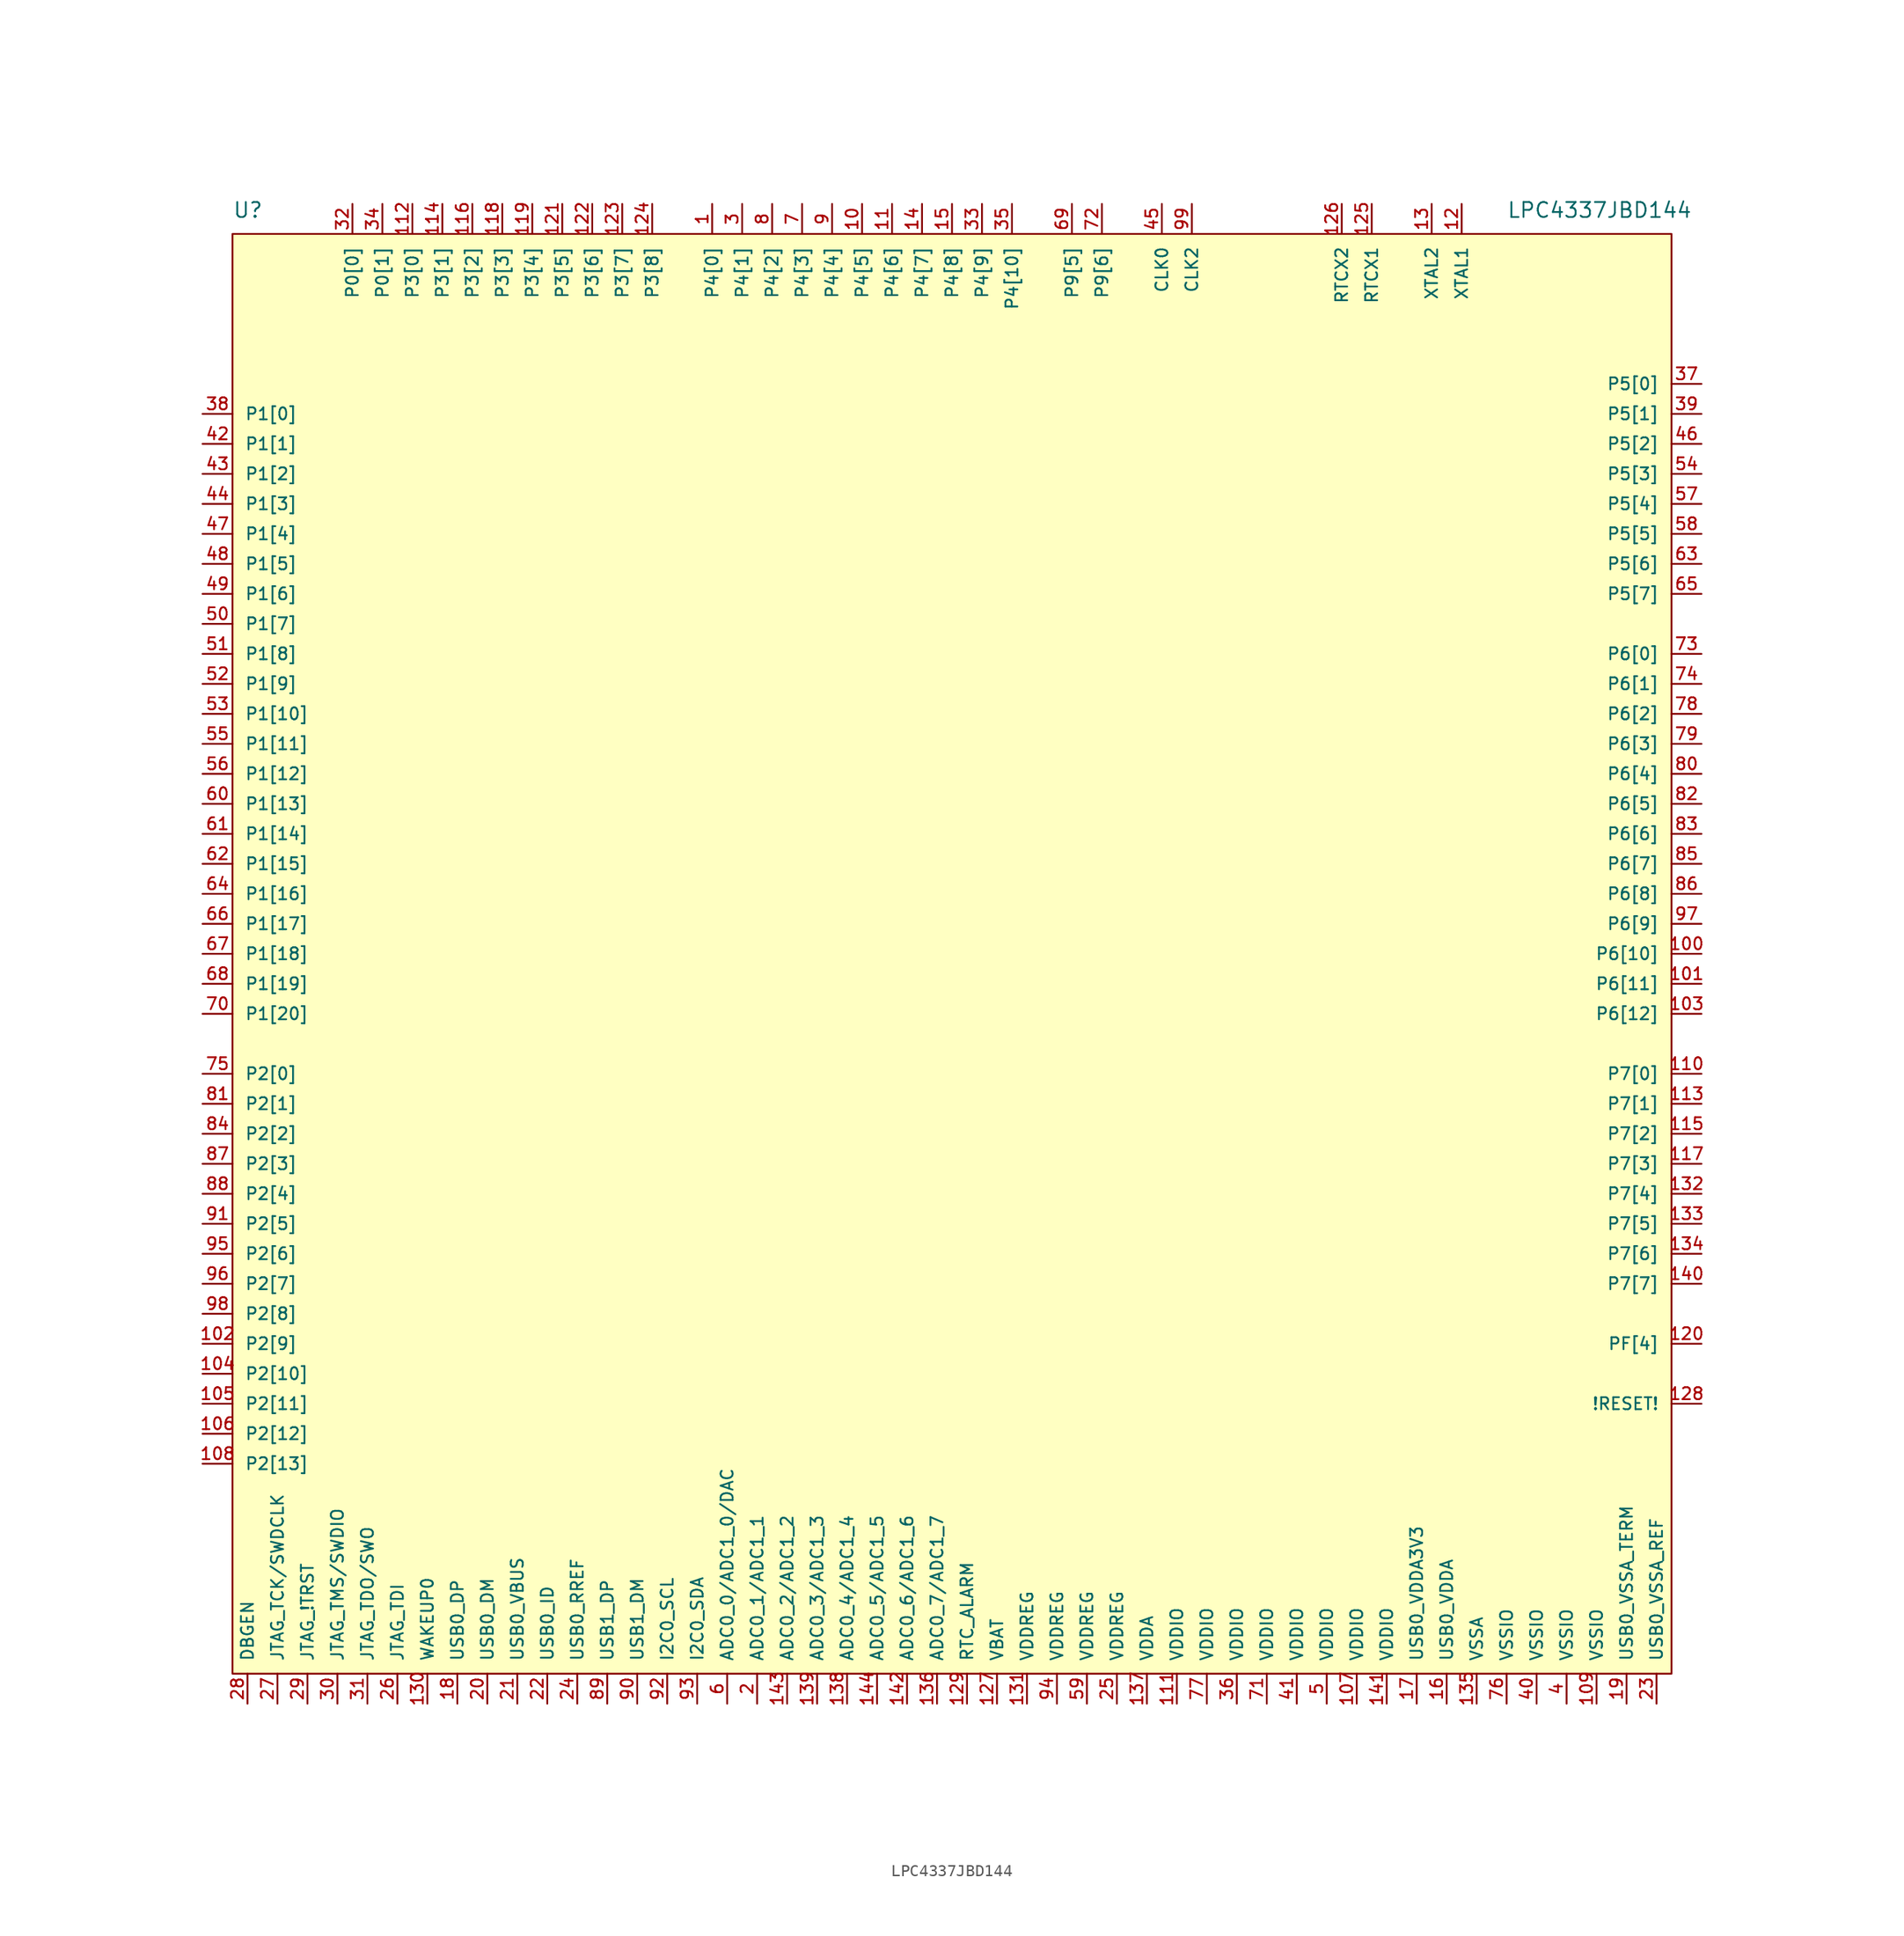
<source format=kicad_sym>
(kicad_symbol_lib
  (version 20220914)
  (generator kicad_symbol_editor)
  (symbol "LPC4337JBD144"
    (pin_names
      (offset 1.016))
    (property "Reference" "U"
      (at -60.96 62.23 0)
      (effects (font (size 1.27 1.27)) (justify left bottom)))
    (property "Value" "LPC4337JBD144"
      (at 46.99 62.23 0)
      (effects (font (size 1.27 1.27)) (justify left bottom)))
    (property "ki_locked" ""
      (at 0 0 0)
      (effects (font (size 1.27 1.27))))
    (symbol "LPC4337JBD144_0_0"
      (pin bidirectional line (at -20.32 63.5 270) (length 2.54) (name "P4[0]" (effects (font (size 1.016 1.016)))) (number "1" (effects (font (size 1.016 1.016)))))
      (pin bidirectional line (at -7.62 63.5 270) (length 2.54) (name "P4[5]" (effects (font (size 1.016 1.016)))) (number "10" (effects (font (size 1.016 1.016)))))
      (pin bidirectional line (at 63.5 0 180) (length 2.54) (name "P6[10]" (effects (font (size 1.016 1.016)))) (number "100" (effects (font (size 1.016 1.016)))))
      (pin bidirectional line (at 63.5 -2.54 180) (length 2.54) (name "P6[11]" (effects (font (size 1.016 1.016)))) (number "101" (effects (font (size 1.016 1.016)))))
      (pin bidirectional line (at -63.5 -33.02 0) (length 2.54) (name "P2[9]" (effects (font (size 1.016 1.016)))) (number "102" (effects (font (size 1.016 1.016)))))
      (pin bidirectional line (at 63.5 -5.08 180) (length 2.54) (name "P6[12]" (effects (font (size 1.016 1.016)))) (number "103" (effects (font (size 1.016 1.016)))))
      (pin bidirectional line (at -63.5 -35.56 0) (length 2.54) (name "P2[10]" (effects (font (size 1.016 1.016)))) (number "104" (effects (font (size 1.016 1.016)))))
      (pin bidirectional line (at -63.5 -38.1 0) (length 2.54) (name "P2[11]" (effects (font (size 1.016 1.016)))) (number "105" (effects (font (size 1.016 1.016)))))
      (pin bidirectional line (at -63.5 -40.64 0) (length 2.54) (name "P2[12]" (effects (font (size 1.016 1.016)))) (number "106" (effects (font (size 1.016 1.016)))))
      (pin input line (at 34.29 -63.5 90) (length 2.54) (name "VDDIO" (effects (font (size 1.016 1.016)))) (number "107" (effects (font (size 1.016 1.016)))))
      (pin bidirectional line (at -63.5 -43.18 0) (length 2.54) (name "P2[13]" (effects (font (size 1.016 1.016)))) (number "108" (effects (font (size 1.016 1.016)))))
      (pin input line (at 54.61 -63.5 90) (length 2.54) (name "VSSIO" (effects (font (size 1.016 1.016)))) (number "109" (effects (font (size 1.016 1.016)))))
      (pin bidirectional line (at -5.08 63.5 270) (length 2.54) (name "P4[6]" (effects (font (size 1.016 1.016)))) (number "11" (effects (font (size 1.016 1.016)))))
      (pin bidirectional line (at 63.5 -10.16 180) (length 2.54) (name "P7[0]" (effects (font (size 1.016 1.016)))) (number "110" (effects (font (size 1.016 1.016)))))
      (pin input line (at 19.05 -63.5 90) (length 2.54) (name "VDDIO" (effects (font (size 1.016 1.016)))) (number "111" (effects (font (size 1.016 1.016)))))
      (pin bidirectional line (at -45.72 63.5 270) (length 2.54) (name "P3[0]" (effects (font (size 1.016 1.016)))) (number "112" (effects (font (size 1.016 1.016)))))
      (pin bidirectional line (at 63.5 -12.7 180) (length 2.54) (name "P7[1]" (effects (font (size 1.016 1.016)))) (number "113" (effects (font (size 1.016 1.016)))))
      (pin bidirectional line (at -43.18 63.5 270) (length 2.54) (name "P3[1]" (effects (font (size 1.016 1.016)))) (number "114" (effects (font (size 1.016 1.016)))))
      (pin bidirectional line (at 63.5 -15.24 180) (length 2.54) (name "P7[2]" (effects (font (size 1.016 1.016)))) (number "115" (effects (font (size 1.016 1.016)))))
      (pin bidirectional line (at -40.64 63.5 270) (length 2.54) (name "P3[2]" (effects (font (size 1.016 1.016)))) (number "116" (effects (font (size 1.016 1.016)))))
      (pin bidirectional line (at 63.5 -17.78 180) (length 2.54) (name "P7[3]" (effects (font (size 1.016 1.016)))) (number "117" (effects (font (size 1.016 1.016)))))
      (pin bidirectional line (at -38.1 63.5 270) (length 2.54) (name "P3[3]" (effects (font (size 1.016 1.016)))) (number "118" (effects (font (size 1.016 1.016)))))
      (pin bidirectional line (at -35.56 63.5 270) (length 2.54) (name "P3[4]" (effects (font (size 1.016 1.016)))) (number "119" (effects (font (size 1.016 1.016)))))
      (pin input line (at 43.18 63.5 270) (length 2.54) (name "XTAL1" (effects (font (size 1.016 1.016)))) (number "12" (effects (font (size 1.016 1.016)))))
      (pin bidirectional line (at 63.5 -33.02 180) (length 2.54) (name "PF[4]" (effects (font (size 1.016 1.016)))) (number "120" (effects (font (size 1.016 1.016)))))
      (pin bidirectional line (at -33.02 63.5 270) (length 2.54) (name "P3[5]" (effects (font (size 1.016 1.016)))) (number "121" (effects (font (size 1.016 1.016)))))
      (pin bidirectional line (at -30.48 63.5 270) (length 2.54) (name "P3[6]" (effects (font (size 1.016 1.016)))) (number "122" (effects (font (size 1.016 1.016)))))
      (pin bidirectional line (at -27.94 63.5 270) (length 2.54) (name "P3[7]" (effects (font (size 1.016 1.016)))) (number "123" (effects (font (size 1.016 1.016)))))
      (pin bidirectional line (at -25.4 63.5 270) (length 2.54) (name "P3[8]" (effects (font (size 1.016 1.016)))) (number "124" (effects (font (size 1.016 1.016)))))
      (pin input line (at 35.56 63.5 270) (length 2.54) (name "RTCX1" (effects (font (size 1.016 1.016)))) (number "125" (effects (font (size 1.016 1.016)))))
      (pin output line (at 33.02 63.5 270) (length 2.54) (name "RTCX2" (effects (font (size 1.016 1.016)))) (number "126" (effects (font (size 1.016 1.016)))))
      (pin input line (at 3.81 -63.5 90) (length 2.54) (name "VBAT" (effects (font (size 1.016 1.016)))) (number "127" (effects (font (size 1.016 1.016)))))
      (pin input line (at 63.5 -38.1 180) (length 2.54) (name "!RESET!" (effects (font (size 1.016 1.016)))) (number "128" (effects (font (size 1.016 1.016)))))
      (pin output line (at 1.27 -63.5 90) (length 2.54) (name "RTC_ALARM" (effects (font (size 1.016 1.016)))) (number "129" (effects (font (size 1.016 1.016)))))
      (pin output line (at 40.64 63.5 270) (length 2.54) (name "XTAL2" (effects (font (size 1.016 1.016)))) (number "13" (effects (font (size 1.016 1.016)))))
      (pin input line (at -44.45 -63.5 90) (length 2.54) (name "WAKEUP0" (effects (font (size 1.016 1.016)))) (number "130" (effects (font (size 1.016 1.016)))))
      (pin input line (at 6.35 -63.5 90) (length 2.54) (name "VDDREG" (effects (font (size 1.016 1.016)))) (number "131" (effects (font (size 1.016 1.016)))))
      (pin bidirectional line (at 63.5 -20.32 180) (length 2.54) (name "P7[4]" (effects (font (size 1.016 1.016)))) (number "132" (effects (font (size 1.016 1.016)))))
      (pin bidirectional line (at 63.5 -22.86 180) (length 2.54) (name "P7[5]" (effects (font (size 1.016 1.016)))) (number "133" (effects (font (size 1.016 1.016)))))
      (pin bidirectional line (at 63.5 -25.4 180) (length 2.54) (name "P7[6]" (effects (font (size 1.016 1.016)))) (number "134" (effects (font (size 1.016 1.016)))))
      (pin input line (at 44.45 -63.5 90) (length 2.54) (name "VSSA" (effects (font (size 1.016 1.016)))) (number "135" (effects (font (size 1.016 1.016)))))
      (pin input line (at -1.27 -63.5 90) (length 2.54) (name "ADC0_7/ADC1_7" (effects (font (size 1.016 1.016)))) (number "136" (effects (font (size 1.016 1.016)))))
      (pin input line (at 16.51 -63.5 90) (length 2.54) (name "VDDA" (effects (font (size 1.016 1.016)))) (number "137" (effects (font (size 1.016 1.016)))))
      (pin input line (at -8.89 -63.5 90) (length 2.54) (name "ADC0_4/ADC1_4" (effects (font (size 1.016 1.016)))) (number "138" (effects (font (size 1.016 1.016)))))
      (pin input line (at -11.43 -63.5 90) (length 2.54) (name "ADC0_3/ADC1_3" (effects (font (size 1.016 1.016)))) (number "139" (effects (font (size 1.016 1.016)))))
      (pin bidirectional line (at -2.54 63.5 270) (length 2.54) (name "P4[7]" (effects (font (size 1.016 1.016)))) (number "14" (effects (font (size 1.016 1.016)))))
      (pin bidirectional line (at 63.5 -27.94 180) (length 2.54) (name "P7[7]" (effects (font (size 1.016 1.016)))) (number "140" (effects (font (size 1.016 1.016)))))
      (pin input line (at 36.83 -63.5 90) (length 2.54) (name "VDDIO" (effects (font (size 1.016 1.016)))) (number "141" (effects (font (size 1.016 1.016)))))
      (pin input line (at -3.81 -63.5 90) (length 2.54) (name "ADC0_6/ADC1_6" (effects (font (size 1.016 1.016)))) (number "142" (effects (font (size 1.016 1.016)))))
      (pin input line (at -13.97 -63.5 90) (length 2.54) (name "ADC0_2/ADC1_2" (effects (font (size 1.016 1.016)))) (number "143" (effects (font (size 1.016 1.016)))))
      (pin input line (at -6.35 -63.5 90) (length 2.54) (name "ADC0_5/ADC1_5" (effects (font (size 1.016 1.016)))) (number "144" (effects (font (size 1.016 1.016)))))
      (pin bidirectional line (at 0 63.5 270) (length 2.54) (name "P4[8]" (effects (font (size 1.016 1.016)))) (number "15" (effects (font (size 1.016 1.016)))))
      (pin input line (at 41.91 -63.5 90) (length 2.54) (name "USB0_VDDA" (effects (font (size 1.016 1.016)))) (number "16" (effects (font (size 1.016 1.016)))))
      (pin input line (at 39.37 -63.5 90) (length 2.54) (name "USB0_VDDA3V3" (effects (font (size 1.016 1.016)))) (number "17" (effects (font (size 1.016 1.016)))))
      (pin bidirectional line (at -41.91 -63.5 90) (length 2.54) (name "USB0_DP" (effects (font (size 1.016 1.016)))) (number "18" (effects (font (size 1.016 1.016)))))
      (pin input line (at 57.15 -63.5 90) (length 2.54) (name "USB0_VSSA_TERM" (effects (font (size 1.016 1.016)))) (number "19" (effects (font (size 1.016 1.016)))))
      (pin input line (at -16.51 -63.5 90) (length 2.54) (name "ADC0_1/ADC1_1" (effects (font (size 1.016 1.016)))) (number "2" (effects (font (size 1.016 1.016)))))
      (pin bidirectional line (at -39.37 -63.5 90) (length 2.54) (name "USB0_DM" (effects (font (size 1.016 1.016)))) (number "20" (effects (font (size 1.016 1.016)))))
      (pin bidirectional line (at -36.83 -63.5 90) (length 2.54) (name "USB0_VBUS" (effects (font (size 1.016 1.016)))) (number "21" (effects (font (size 1.016 1.016)))))
      (pin input line (at -34.29 -63.5 90) (length 2.54) (name "USB0_ID" (effects (font (size 1.016 1.016)))) (number "22" (effects (font (size 1.016 1.016)))))
      (pin input line (at 59.69 -63.5 90) (length 2.54) (name "USB0_VSSA_REF" (effects (font (size 1.016 1.016)))) (number "23" (effects (font (size 1.016 1.016)))))
      (pin passive line (at -31.75 -63.5 90) (length 2.54) (name "USB0_RREF" (effects (font (size 1.016 1.016)))) (number "24" (effects (font (size 1.016 1.016)))))
      (pin input line (at 13.97 -63.5 90) (length 2.54) (name "VDDREG" (effects (font (size 1.016 1.016)))) (number "25" (effects (font (size 1.016 1.016)))))
      (pin input line (at -46.99 -63.5 90) (length 2.54) (name "JTAG_TDI" (effects (font (size 1.016 1.016)))) (number "26" (effects (font (size 1.016 1.016)))))
      (pin input line (at -57.15 -63.5 90) (length 2.54) (name "JTAG_TCK/SWDCLK" (effects (font (size 1.016 1.016)))) (number "27" (effects (font (size 1.016 1.016)))))
      (pin input line (at -59.69 -63.5 90) (length 2.54) (name "DBGEN" (effects (font (size 1.016 1.016)))) (number "28" (effects (font (size 1.016 1.016)))))
      (pin input line (at -54.61 -63.5 90) (length 2.54) (name "JTAG_!TRST" (effects (font (size 1.016 1.016)))) (number "29" (effects (font (size 1.016 1.016)))))
      (pin bidirectional line (at -17.78 63.5 270) (length 2.54) (name "P4[1]" (effects (font (size 1.016 1.016)))) (number "3" (effects (font (size 1.016 1.016)))))
      (pin input line (at -52.07 -63.5 90) (length 2.54) (name "JTAG_TMS/SWDIO" (effects (font (size 1.016 1.016)))) (number "30" (effects (font (size 1.016 1.016)))))
      (pin output line (at -49.53 -63.5 90) (length 2.54) (name "JTAG_TDO/SWO" (effects (font (size 1.016 1.016)))) (number "31" (effects (font (size 1.016 1.016)))))
      (pin bidirectional line (at -50.8 63.5 270) (length 2.54) (name "P0[0]" (effects (font (size 1.016 1.016)))) (number "32" (effects (font (size 1.016 1.016)))))
      (pin bidirectional line (at 2.54 63.5 270) (length 2.54) (name "P4[9]" (effects (font (size 1.016 1.016)))) (number "33" (effects (font (size 1.016 1.016)))))
      (pin bidirectional line (at -48.26 63.5 270) (length 2.54) (name "P0[1]" (effects (font (size 1.016 1.016)))) (number "34" (effects (font (size 1.016 1.016)))))
      (pin bidirectional line (at 5.08 63.5 270) (length 2.54) (name "P4[10]" (effects (font (size 1.016 1.016)))) (number "35" (effects (font (size 1.016 1.016)))))
      (pin input line (at 24.13 -63.5 90) (length 2.54) (name "VDDIO" (effects (font (size 1.016 1.016)))) (number "36" (effects (font (size 1.016 1.016)))))
      (pin bidirectional line (at 63.5 48.26 180) (length 2.54) (name "P5[0]" (effects (font (size 1.016 1.016)))) (number "37" (effects (font (size 1.016 1.016)))))
      (pin bidirectional line (at -63.5 45.72 0) (length 2.54) (name "P1[0]" (effects (font (size 1.016 1.016)))) (number "38" (effects (font (size 1.016 1.016)))))
      (pin bidirectional line (at 63.5 45.72 180) (length 2.54) (name "P5[1]" (effects (font (size 1.016 1.016)))) (number "39" (effects (font (size 1.016 1.016)))))
      (pin input line (at 52.07 -63.5 90) (length 2.54) (name "VSSIO" (effects (font (size 1.016 1.016)))) (number "4" (effects (font (size 1.016 1.016)))))
      (pin input line (at 49.53 -63.5 90) (length 2.54) (name "VSSIO" (effects (font (size 1.016 1.016)))) (number "40" (effects (font (size 1.016 1.016)))))
      (pin input line (at 29.21 -63.5 90) (length 2.54) (name "VDDIO" (effects (font (size 1.016 1.016)))) (number "41" (effects (font (size 1.016 1.016)))))
      (pin bidirectional line (at -63.5 43.18 0) (length 2.54) (name "P1[1]" (effects (font (size 1.016 1.016)))) (number "42" (effects (font (size 1.016 1.016)))))
      (pin bidirectional line (at -63.5 40.64 0) (length 2.54) (name "P1[2]" (effects (font (size 1.016 1.016)))) (number "43" (effects (font (size 1.016 1.016)))))
      (pin bidirectional line (at -63.5 38.1 0) (length 2.54) (name "P1[3]" (effects (font (size 1.016 1.016)))) (number "44" (effects (font (size 1.016 1.016)))))
      (pin bidirectional line (at 17.78 63.5 270) (length 2.54) (name "CLK0" (effects (font (size 1.016 1.016)))) (number "45" (effects (font (size 1.016 1.016)))))
      (pin bidirectional line (at 63.5 43.18 180) (length 2.54) (name "P5[2]" (effects (font (size 1.016 1.016)))) (number "46" (effects (font (size 1.016 1.016)))))
      (pin bidirectional line (at -63.5 35.56 0) (length 2.54) (name "P1[4]" (effects (font (size 1.016 1.016)))) (number "47" (effects (font (size 1.016 1.016)))))
      (pin bidirectional line (at -63.5 33.02 0) (length 2.54) (name "P1[5]" (effects (font (size 1.016 1.016)))) (number "48" (effects (font (size 1.016 1.016)))))
      (pin bidirectional line (at -63.5 30.48 0) (length 2.54) (name "P1[6]" (effects (font (size 1.016 1.016)))) (number "49" (effects (font (size 1.016 1.016)))))
      (pin input line (at 31.75 -63.5 90) (length 2.54) (name "VDDIO" (effects (font (size 1.016 1.016)))) (number "5" (effects (font (size 1.016 1.016)))))
      (pin bidirectional line (at -63.5 27.94 0) (length 2.54) (name "P1[7]" (effects (font (size 1.016 1.016)))) (number "50" (effects (font (size 1.016 1.016)))))
      (pin bidirectional line (at -63.5 25.4 0) (length 2.54) (name "P1[8]" (effects (font (size 1.016 1.016)))) (number "51" (effects (font (size 1.016 1.016)))))
      (pin bidirectional line (at -63.5 22.86 0) (length 2.54) (name "P1[9]" (effects (font (size 1.016 1.016)))) (number "52" (effects (font (size 1.016 1.016)))))
      (pin bidirectional line (at -63.5 20.32 0) (length 2.54) (name "P1[10]" (effects (font (size 1.016 1.016)))) (number "53" (effects (font (size 1.016 1.016)))))
      (pin bidirectional line (at 63.5 40.64 180) (length 2.54) (name "P5[3]" (effects (font (size 1.016 1.016)))) (number "54" (effects (font (size 1.016 1.016)))))
      (pin bidirectional line (at -63.5 17.78 0) (length 2.54) (name "P1[11]" (effects (font (size 1.016 1.016)))) (number "55" (effects (font (size 1.016 1.016)))))
      (pin bidirectional line (at -63.5 15.24 0) (length 2.54) (name "P1[12]" (effects (font (size 1.016 1.016)))) (number "56" (effects (font (size 1.016 1.016)))))
      (pin bidirectional line (at 63.5 38.1 180) (length 2.54) (name "P5[4]" (effects (font (size 1.016 1.016)))) (number "57" (effects (font (size 1.016 1.016)))))
      (pin bidirectional line (at 63.5 35.56 180) (length 2.54) (name "P5[5]" (effects (font (size 1.016 1.016)))) (number "58" (effects (font (size 1.016 1.016)))))
      (pin input line (at 11.43 -63.5 90) (length 2.54) (name "VDDREG" (effects (font (size 1.016 1.016)))) (number "59" (effects (font (size 1.016 1.016)))))
      (pin input line (at -19.05 -63.5 90) (length 2.54) (name "ADC0_0/ADC1_0/DAC" (effects (font (size 1.016 1.016)))) (number "6" (effects (font (size 1.016 1.016)))))
      (pin bidirectional line (at -63.5 12.7 0) (length 2.54) (name "P1[13]" (effects (font (size 1.016 1.016)))) (number "60" (effects (font (size 1.016 1.016)))))
      (pin bidirectional line (at -63.5 10.16 0) (length 2.54) (name "P1[14]" (effects (font (size 1.016 1.016)))) (number "61" (effects (font (size 1.016 1.016)))))
      (pin bidirectional line (at -63.5 7.62 0) (length 2.54) (name "P1[15]" (effects (font (size 1.016 1.016)))) (number "62" (effects (font (size 1.016 1.016)))))
      (pin bidirectional line (at 63.5 33.02 180) (length 2.54) (name "P5[6]" (effects (font (size 1.016 1.016)))) (number "63" (effects (font (size 1.016 1.016)))))
      (pin bidirectional line (at -63.5 5.08 0) (length 2.54) (name "P1[16]" (effects (font (size 1.016 1.016)))) (number "64" (effects (font (size 1.016 1.016)))))
      (pin bidirectional line (at 63.5 30.48 180) (length 2.54) (name "P5[7]" (effects (font (size 1.016 1.016)))) (number "65" (effects (font (size 1.016 1.016)))))
      (pin bidirectional line (at -63.5 2.54 0) (length 2.54) (name "P1[17]" (effects (font (size 1.016 1.016)))) (number "66" (effects (font (size 1.016 1.016)))))
      (pin bidirectional line (at -63.5 0 0) (length 2.54) (name "P1[18]" (effects (font (size 1.016 1.016)))) (number "67" (effects (font (size 1.016 1.016)))))
      (pin bidirectional line (at -63.5 -2.54 0) (length 2.54) (name "P1[19]" (effects (font (size 1.016 1.016)))) (number "68" (effects (font (size 1.016 1.016)))))
      (pin bidirectional line (at 10.16 63.5 270) (length 2.54) (name "P9[5]" (effects (font (size 1.016 1.016)))) (number "69" (effects (font (size 1.016 1.016)))))
      (pin bidirectional line (at -12.7 63.5 270) (length 2.54) (name "P4[3]" (effects (font (size 1.016 1.016)))) (number "7" (effects (font (size 1.016 1.016)))))
      (pin bidirectional line (at -63.5 -5.08 0) (length 2.54) (name "P1[20]" (effects (font (size 1.016 1.016)))) (number "70" (effects (font (size 1.016 1.016)))))
      (pin input line (at 26.67 -63.5 90) (length 2.54) (name "VDDIO" (effects (font (size 1.016 1.016)))) (number "71" (effects (font (size 1.016 1.016)))))
      (pin bidirectional line (at 12.7 63.5 270) (length 2.54) (name "P9[6]" (effects (font (size 1.016 1.016)))) (number "72" (effects (font (size 1.016 1.016)))))
      (pin bidirectional line (at 63.5 25.4 180) (length 2.54) (name "P6[0]" (effects (font (size 1.016 1.016)))) (number "73" (effects (font (size 1.016 1.016)))))
      (pin bidirectional line (at 63.5 22.86 180) (length 2.54) (name "P6[1]" (effects (font (size 1.016 1.016)))) (number "74" (effects (font (size 1.016 1.016)))))
      (pin bidirectional line (at -63.5 -10.16 0) (length 2.54) (name "P2[0]" (effects (font (size 1.016 1.016)))) (number "75" (effects (font (size 1.016 1.016)))))
      (pin input line (at 46.99 -63.5 90) (length 2.54) (name "VSSIO" (effects (font (size 1.016 1.016)))) (number "76" (effects (font (size 1.016 1.016)))))
      (pin input line (at 21.59 -63.5 90) (length 2.54) (name "VDDIO" (effects (font (size 1.016 1.016)))) (number "77" (effects (font (size 1.016 1.016)))))
      (pin bidirectional line (at 63.5 20.32 180) (length 2.54) (name "P6[2]" (effects (font (size 1.016 1.016)))) (number "78" (effects (font (size 1.016 1.016)))))
      (pin bidirectional line (at 63.5 17.78 180) (length 2.54) (name "P6[3]" (effects (font (size 1.016 1.016)))) (number "79" (effects (font (size 1.016 1.016)))))
      (pin bidirectional line (at -15.24 63.5 270) (length 2.54) (name "P4[2]" (effects (font (size 1.016 1.016)))) (number "8" (effects (font (size 1.016 1.016)))))
      (pin bidirectional line (at 63.5 15.24 180) (length 2.54) (name "P6[4]" (effects (font (size 1.016 1.016)))) (number "80" (effects (font (size 1.016 1.016)))))
      (pin bidirectional line (at -63.5 -12.7 0) (length 2.54) (name "P2[1]" (effects (font (size 1.016 1.016)))) (number "81" (effects (font (size 1.016 1.016)))))
      (pin bidirectional line (at 63.5 12.7 180) (length 2.54) (name "P6[5]" (effects (font (size 1.016 1.016)))) (number "82" (effects (font (size 1.016 1.016)))))
      (pin bidirectional line (at 63.5 10.16 180) (length 2.54) (name "P6[6]" (effects (font (size 1.016 1.016)))) (number "83" (effects (font (size 1.016 1.016)))))
      (pin bidirectional line (at -63.5 -15.24 0) (length 2.54) (name "P2[2]" (effects (font (size 1.016 1.016)))) (number "84" (effects (font (size 1.016 1.016)))))
      (pin bidirectional line (at 63.5 7.62 180) (length 2.54) (name "P6[7]" (effects (font (size 1.016 1.016)))) (number "85" (effects (font (size 1.016 1.016)))))
      (pin bidirectional line (at 63.5 5.08 180) (length 2.54) (name "P6[8]" (effects (font (size 1.016 1.016)))) (number "86" (effects (font (size 1.016 1.016)))))
      (pin bidirectional line (at -63.5 -17.78 0) (length 2.54) (name "P2[3]" (effects (font (size 1.016 1.016)))) (number "87" (effects (font (size 1.016 1.016)))))
      (pin bidirectional line (at -63.5 -20.32 0) (length 2.54) (name "P2[4]" (effects (font (size 1.016 1.016)))) (number "88" (effects (font (size 1.016 1.016)))))
      (pin bidirectional line (at -29.21 -63.5 90) (length 2.54) (name "USB1_DP" (effects (font (size 1.016 1.016)))) (number "89" (effects (font (size 1.016 1.016)))))
      (pin bidirectional line (at -10.16 63.5 270) (length 2.54) (name "P4[4]" (effects (font (size 1.016 1.016)))) (number "9" (effects (font (size 1.016 1.016)))))
      (pin bidirectional line (at -26.67 -63.5 90) (length 2.54) (name "USB1_DM" (effects (font (size 1.016 1.016)))) (number "90" (effects (font (size 1.016 1.016)))))
      (pin bidirectional line (at -63.5 -22.86 0) (length 2.54) (name "P2[5]" (effects (font (size 1.016 1.016)))) (number "91" (effects (font (size 1.016 1.016)))))
      (pin bidirectional line (at -24.13 -63.5 90) (length 2.54) (name "I2C0_SCL" (effects (font (size 1.016 1.016)))) (number "92" (effects (font (size 1.016 1.016)))))
      (pin bidirectional line (at -21.59 -63.5 90) (length 2.54) (name "I2C0_SDA" (effects (font (size 1.016 1.016)))) (number "93" (effects (font (size 1.016 1.016)))))
      (pin input line (at 8.89 -63.5 90) (length 2.54) (name "VDDREG" (effects (font (size 1.016 1.016)))) (number "94" (effects (font (size 1.016 1.016)))))
      (pin bidirectional line (at -63.5 -25.4 0) (length 2.54) (name "P2[6]" (effects (font (size 1.016 1.016)))) (number "95" (effects (font (size 1.016 1.016)))))
      (pin bidirectional line (at -63.5 -27.94 0) (length 2.54) (name "P2[7]" (effects (font (size 1.016 1.016)))) (number "96" (effects (font (size 1.016 1.016)))))
      (pin bidirectional line (at 63.5 2.54 180) (length 2.54) (name "P6[9]" (effects (font (size 1.016 1.016)))) (number "97" (effects (font (size 1.016 1.016)))))
      (pin bidirectional line (at -63.5 -30.48 0) (length 2.54) (name "P2[8]" (effects (font (size 1.016 1.016)))) (number "98" (effects (font (size 1.016 1.016)))))
      (pin bidirectional line (at 20.32 63.5 270) (length 2.54) (name "CLK2" (effects (font (size 1.016 1.016)))) (number "99" (effects (font (size 1.016 1.016))))))
    (symbol "LPC4337JBD144_0_1"
      (rectangle (start -60.96 -60.96) (end 60.96 60.96) (stroke (width 0) (type default)) (fill (type background))))))
</source>
